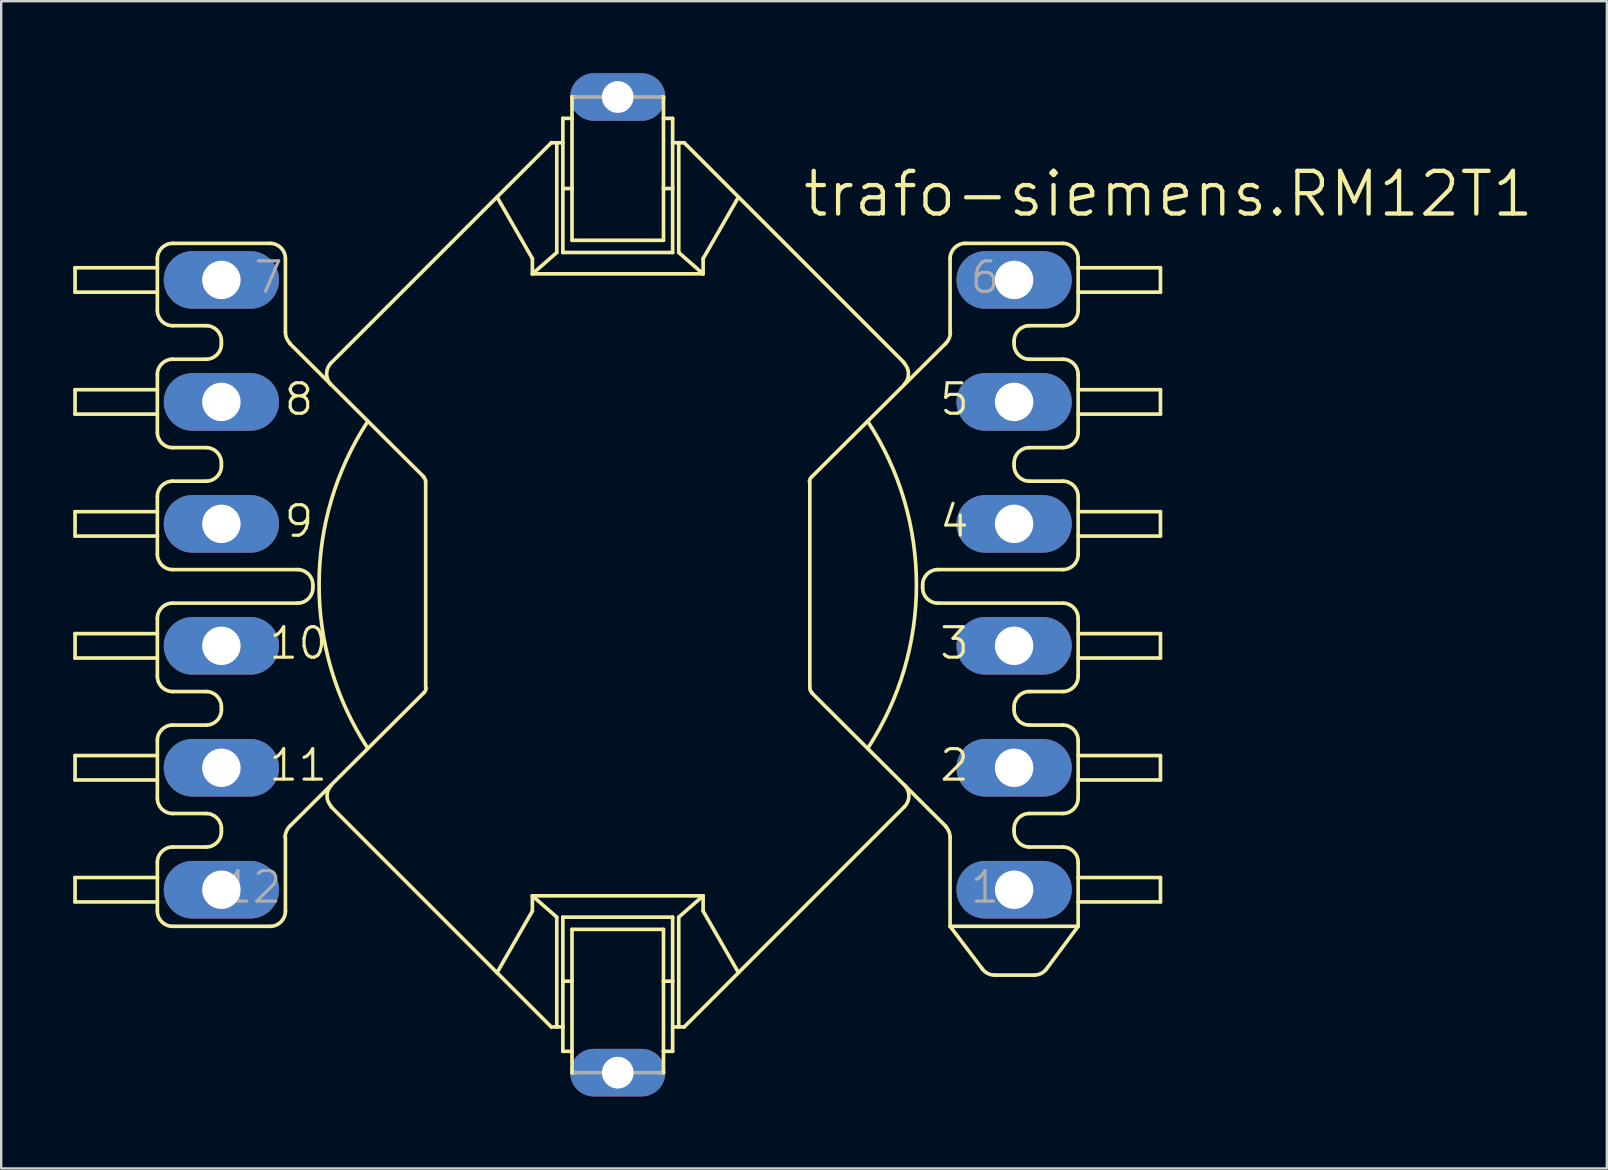
<source format=kicad_pcb>
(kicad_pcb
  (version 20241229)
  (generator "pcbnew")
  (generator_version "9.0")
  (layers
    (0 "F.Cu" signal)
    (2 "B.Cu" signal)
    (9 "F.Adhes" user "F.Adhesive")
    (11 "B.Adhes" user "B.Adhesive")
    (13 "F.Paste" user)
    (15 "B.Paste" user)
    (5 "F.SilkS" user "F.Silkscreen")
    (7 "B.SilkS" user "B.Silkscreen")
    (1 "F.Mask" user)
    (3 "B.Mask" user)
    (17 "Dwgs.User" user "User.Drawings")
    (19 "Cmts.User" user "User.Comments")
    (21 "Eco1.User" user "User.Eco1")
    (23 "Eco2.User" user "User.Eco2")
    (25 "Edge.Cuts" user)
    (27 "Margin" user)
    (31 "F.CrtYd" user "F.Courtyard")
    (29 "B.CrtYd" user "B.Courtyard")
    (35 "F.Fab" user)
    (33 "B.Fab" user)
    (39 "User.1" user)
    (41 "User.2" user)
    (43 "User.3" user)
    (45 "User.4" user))
  (footprint "trafo-siemens.RM12T1"
    (layer "F.Cu")
    (at 22.682 21.311)
    (property "Reference" "trafo-siemens.RM12T1" (at 7.62 -15.24 0) (layer "F.SilkS") (effects (font (size 1.778 1.778) (thickness 0.18)) (justify left bottom)))
    (attr through_hole)
    (fp_line (start -22.606 -13.208) (end -22.606 -12.192) (stroke (width 0.152) (type default)) (layer "F.SilkS"))
    (fp_line (start -22.606 -12.192) (end -19.177 -12.192) (stroke (width 0.152) (type default)) (layer "F.SilkS"))
    (fp_line (start -22.606 -8.128) (end -22.606 -7.112) (stroke (width 0.152) (type default)) (layer "F.SilkS"))
    (fp_line (start -22.606 -7.112) (end -19.177 -7.112) (stroke (width 0.152) (type default)) (layer "F.SilkS"))
    (fp_line (start -22.606 -3.048) (end -22.606 -2.032) (stroke (width 0.152) (type default)) (layer "F.SilkS"))
    (fp_line (start -22.606 -2.032) (end -19.177 -2.032) (stroke (width 0.152) (type default)) (layer "F.SilkS"))
    (fp_line (start -22.606 2.032) (end -22.606 3.048) (stroke (width 0.152) (type default)) (layer "F.SilkS"))
    (fp_line (start -22.606 3.048) (end -19.177 3.048) (stroke (width 0.152) (type default)) (layer "F.SilkS"))
    (fp_line (start -22.606 7.112) (end -22.606 8.128) (stroke (width 0.152) (type default)) (layer "F.SilkS"))
    (fp_line (start -22.606 8.128) (end -19.177 8.128) (stroke (width 0.152) (type default)) (layer "F.SilkS"))
    (fp_line (start -22.606 12.192) (end -22.606 13.208) (stroke (width 0.152) (type default)) (layer "F.SilkS"))
    (fp_line (start -22.606 13.208) (end -19.177 13.208) (stroke (width 0.152) (type default)) (layer "F.SilkS"))
    (fp_line (start -19.177 -13.208) (end -22.606 -13.208) (stroke (width 0.152) (type default)) (layer "F.SilkS"))
    (fp_line (start -19.177 -11.43) (end -19.177 -13.589) (stroke (width 0.152) (type default)) (layer "F.SilkS"))
    (fp_line (start -19.177 -8.128) (end -22.606 -8.128) (stroke (width 0.152) (type default)) (layer "F.SilkS"))
    (fp_line (start -19.177 -6.35) (end -19.177 -8.763) (stroke (width 0.152) (type default)) (layer "F.SilkS"))
    (fp_line (start -19.177 -3.048) (end -22.606 -3.048) (stroke (width 0.152) (type default)) (layer "F.SilkS"))
    (fp_line (start -19.177 -1.27) (end -19.177 -3.683) (stroke (width 0.152) (type default)) (layer "F.SilkS"))
    (fp_line (start -19.177 2.032) (end -22.606 2.032) (stroke (width 0.152) (type default)) (layer "F.SilkS"))
    (fp_line (start -19.177 3.81) (end -19.177 1.397) (stroke (width 0.152) (type default)) (layer "F.SilkS"))
    (fp_line (start -19.177 7.112) (end -22.606 7.112) (stroke (width 0.152) (type default)) (layer "F.SilkS"))
    (fp_line (start -19.177 8.89) (end -19.177 6.477) (stroke (width 0.152) (type default)) (layer "F.SilkS"))
    (fp_line (start -19.177 12.192) (end -22.606 12.192) (stroke (width 0.152) (type default)) (layer "F.SilkS"))
    (fp_line (start -19.177 12.192) (end -19.177 11.557) (stroke (width 0.152) (type default)) (layer "F.SilkS"))
    (fp_line (start -19.177 13.208) (end -19.177 12.192) (stroke (width 0.152) (type default)) (layer "F.SilkS"))
    (fp_line (start -19.177 13.589) (end -19.177 13.208) (stroke (width 0.152) (type default)) (layer "F.SilkS"))
    (fp_line (start -18.542 -9.398) (end -17.145 -9.398) (stroke (width 0.152) (type default)) (layer "F.SilkS"))
    (fp_line (start -18.542 -4.318) (end -17.145 -4.318) (stroke (width 0.152) (type default)) (layer "F.SilkS"))
    (fp_line (start -18.542 0.762) (end -13.335 0.762) (stroke (width 0.152) (type default)) (layer "F.SilkS"))
    (fp_line (start -18.542 5.842) (end -17.145 5.842) (stroke (width 0.152) (type default)) (layer "F.SilkS"))
    (fp_line (start -18.542 10.922) (end -17.145 10.922) (stroke (width 0.152) (type default)) (layer "F.SilkS"))
    (fp_line (start -17.145 -10.795) (end -18.542 -10.795) (stroke (width 0.152) (type default)) (layer "F.SilkS"))
    (fp_line (start -17.145 -5.715) (end -18.542 -5.715) (stroke (width 0.152) (type default)) (layer "F.SilkS"))
    (fp_line (start -17.145 4.445) (end -18.542 4.445) (stroke (width 0.152) (type default)) (layer "F.SilkS"))
    (fp_line (start -17.145 9.525) (end -18.542 9.525) (stroke (width 0.152) (type default)) (layer "F.SilkS"))
    (fp_line (start -16.51 -10.033) (end -16.51 -10.16) (stroke (width 0.152) (type default)) (layer "F.SilkS"))
    (fp_line (start -16.51 -4.953) (end -16.51 -5.08) (stroke (width 0.152) (type default)) (layer "F.SilkS"))
    (fp_line (start -16.51 5.207) (end -16.51 5.08) (stroke (width 0.152) (type default)) (layer "F.SilkS"))
    (fp_line (start -16.51 10.287) (end -16.51 10.16) (stroke (width 0.152) (type default)) (layer "F.SilkS"))
    (fp_line (start -14.478 -14.224) (end -18.542 -14.224) (stroke (width 0.152) (type default)) (layer "F.SilkS"))
    (fp_line (start -14.478 14.224) (end -18.542 14.224) (stroke (width 0.152) (type default)) (layer "F.SilkS"))
    (fp_line (start -13.843 -13.589) (end -13.843 -10.516) (stroke (width 0.152) (type default)) (layer "F.SilkS"))
    (fp_line (start -13.843 13.589) (end -13.843 10.516) (stroke (width 0.152) (type default)) (layer "F.SilkS"))
    (fp_line (start -13.665 -10.058) (end -8.077 -4.496) (stroke (width 0.152) (type default)) (layer "F.SilkS"))
    (fp_line (start -13.665 10.058) (end -8.077 4.496) (stroke (width 0.152) (type default)) (layer "F.SilkS"))
    (fp_line (start -13.335 -0.635) (end -18.542 -0.635) (stroke (width 0.152) (type default)) (layer "F.SilkS"))
    (fp_line (start -12.7 0.127) (end -12.7 0) (stroke (width 0.152) (type default)) (layer "F.SilkS"))
    (fp_line (start -11.938 -9.246) (end -2.769 -18.415) (stroke (width 0.152) (type default)) (layer "F.SilkS"))
    (fp_line (start -8.001 4.293) (end -8.001 -4.293) (stroke (width 0.152) (type default)) (layer "F.SilkS"))
    (fp_line (start -3.556 -13.589) (end -5.029 -16.154) (stroke (width 0.152) (type default)) (layer "F.SilkS"))
    (fp_line (start -3.556 -12.954) (end -3.556 -13.589) (stroke (width 0.152) (type default)) (layer "F.SilkS"))
    (fp_line (start -3.556 -12.954) (end 3.556 -12.954) (stroke (width 0.152) (type default)) (layer "F.SilkS"))
    (fp_line (start -3.556 12.954) (end -3.556 13.589) (stroke (width 0.152) (type default)) (layer "F.SilkS"))
    (fp_line (start -3.556 12.954) (end 3.556 12.954) (stroke (width 0.152) (type default)) (layer "F.SilkS"))
    (fp_line (start -3.556 13.589) (end -5.029 16.154) (stroke (width 0.152) (type default)) (layer "F.SilkS"))
    (fp_line (start -2.769 18.415) (end -11.938 9.246) (stroke (width 0.152) (type default)) (layer "F.SilkS"))
    (fp_line (start -2.54 -18.415) (end -2.54 -13.843) (stroke (width 0.152) (type default)) (layer "F.SilkS"))
    (fp_line (start -2.54 -13.843) (end -3.556 -12.954) (stroke (width 0.152) (type default)) (layer "F.SilkS"))
    (fp_line (start -2.54 13.843) (end -3.556 12.954) (stroke (width 0.152) (type default)) (layer "F.SilkS"))
    (fp_line (start -2.54 18.415) (end -2.54 13.843) (stroke (width 0.152) (type default)) (layer "F.SilkS"))
    (fp_line (start -2.286 -19.431) (end -1.905 -19.431) (stroke (width 0.152) (type default)) (layer "F.SilkS"))
    (fp_line (start -2.286 -18.415) (end -2.769 -18.415) (stroke (width 0.152) (type default)) (layer "F.SilkS"))
    (fp_line (start -2.286 -16.51) (end -2.286 -19.431) (stroke (width 0.152) (type default)) (layer "F.SilkS"))
    (fp_line (start -2.286 -16.51) (end -1.905 -16.51) (stroke (width 0.152) (type default)) (layer "F.SilkS"))
    (fp_line (start -2.286 -13.843) (end -2.286 -16.51) (stroke (width 0.152) (type default)) (layer "F.SilkS"))
    (fp_line (start -2.286 -13.843) (end 2.286 -13.843) (stroke (width 0.152) (type default)) (layer "F.SilkS"))
    (fp_line (start -2.286 13.843) (end -2.286 16.51) (stroke (width 0.152) (type default)) (layer "F.SilkS"))
    (fp_line (start -2.286 13.843) (end 2.286 13.843) (stroke (width 0.152) (type default)) (layer "F.SilkS"))
    (fp_line (start -2.286 16.51) (end -2.286 18.415) (stroke (width 0.152) (type default)) (layer "F.SilkS"))
    (fp_line (start -2.286 16.51) (end -1.905 16.51) (stroke (width 0.152) (type default)) (layer "F.SilkS"))
    (fp_line (start -2.286 18.415) (end -2.769 18.415) (stroke (width 0.152) (type default)) (layer "F.SilkS"))
    (fp_line (start -2.286 18.415) (end -2.286 19.431) (stroke (width 0.152) (type default)) (layer "F.SilkS"))
    (fp_line (start -2.286 19.431) (end -1.905 19.431) (stroke (width 0.152) (type default)) (layer "F.SilkS"))
    (fp_line (start -1.905 -20.32) (end -1.905 -19.431) (stroke (width 0.152) (type default)) (layer "F.SilkS"))
    (fp_line (start -1.905 -19.431) (end -1.905 -16.51) (stroke (width 0.152) (type default)) (layer "F.SilkS"))
    (fp_line (start -1.905 -16.51) (end -1.905 -14.351) (stroke (width 0.152) (type default)) (layer "F.SilkS"))
    (fp_line (start -1.905 -14.351) (end 1.905 -14.351) (stroke (width 0.152) (type default)) (layer "F.SilkS"))
    (fp_line (start -1.905 14.351) (end -1.905 16.51) (stroke (width 0.152) (type default)) (layer "F.SilkS"))
    (fp_line (start -1.905 16.51) (end -1.905 19.431) (stroke (width 0.152) (type default)) (layer "F.SilkS"))
    (fp_line (start -1.905 19.431) (end -1.905 20.32) (stroke (width 0.152) (type default)) (layer "F.SilkS"))
    (fp_line (start -1.905 20.32) (end -1.778 20.32) (stroke (width 0.152) (type default)) (layer "F.SilkS"))
    (fp_line (start -1.778 -20.32) (end -1.905 -20.32) (stroke (width 0.152) (type default)) (layer "F.SilkS"))
    (fp_line (start 1.778 20.32) (end 1.905 20.32) (stroke (width 0.152) (type default)) (layer "F.SilkS"))
    (fp_line (start 1.905 -20.32) (end 1.778 -20.32) (stroke (width 0.152) (type default)) (layer "F.SilkS"))
    (fp_line (start 1.905 -19.431) (end 1.905 -20.32) (stroke (width 0.152) (type default)) (layer "F.SilkS"))
    (fp_line (start 1.905 -16.51) (end 1.905 -19.431) (stroke (width 0.152) (type default)) (layer "F.SilkS"))
    (fp_line (start 1.905 -14.351) (end 1.905 -16.51) (stroke (width 0.152) (type default)) (layer "F.SilkS"))
    (fp_line (start 1.905 14.351) (end -1.905 14.351) (stroke (width 0.152) (type default)) (layer "F.SilkS"))
    (fp_line (start 1.905 16.51) (end 1.905 14.351) (stroke (width 0.152) (type default)) (layer "F.SilkS"))
    (fp_line (start 1.905 19.431) (end 1.905 16.51) (stroke (width 0.152) (type default)) (layer "F.SilkS"))
    (fp_line (start 1.905 20.32) (end 1.905 19.431) (stroke (width 0.152) (type default)) (layer "F.SilkS"))
    (fp_line (start 2.286 -19.431) (end 1.905 -19.431) (stroke (width 0.152) (type default)) (layer "F.SilkS"))
    (fp_line (start 2.286 -18.415) (end 2.286 -19.431) (stroke (width 0.152) (type default)) (layer "F.SilkS"))
    (fp_line (start 2.286 -18.415) (end 2.769 -18.415) (stroke (width 0.152) (type default)) (layer "F.SilkS"))
    (fp_line (start 2.286 -16.51) (end 1.905 -16.51) (stroke (width 0.152) (type default)) (layer "F.SilkS"))
    (fp_line (start 2.286 -16.51) (end 2.286 -18.415) (stroke (width 0.152) (type default)) (layer "F.SilkS"))
    (fp_line (start 2.286 -13.843) (end 2.286 -16.51) (stroke (width 0.152) (type default)) (layer "F.SilkS"))
    (fp_line (start 2.286 13.843) (end 2.286 16.51) (stroke (width 0.152) (type default)) (layer "F.SilkS"))
    (fp_line (start 2.286 16.51) (end 1.905 16.51) (stroke (width 0.152) (type default)) (layer "F.SilkS"))
    (fp_line (start 2.286 16.51) (end 2.286 18.415) (stroke (width 0.152) (type default)) (layer "F.SilkS"))
    (fp_line (start 2.286 18.415) (end 2.286 19.431) (stroke (width 0.152) (type default)) (layer "F.SilkS"))
    (fp_line (start 2.286 18.415) (end 2.769 18.415) (stroke (width 0.152) (type default)) (layer "F.SilkS"))
    (fp_line (start 2.286 19.431) (end 1.905 19.431) (stroke (width 0.152) (type default)) (layer "F.SilkS"))
    (fp_line (start 2.54 -13.843) (end 2.54 -18.415) (stroke (width 0.152) (type default)) (layer "F.SilkS"))
    (fp_line (start 2.54 -13.843) (end 3.556 -12.954) (stroke (width 0.152) (type default)) (layer "F.SilkS"))
    (fp_line (start 2.54 13.843) (end 2.54 18.415) (stroke (width 0.152) (type default)) (layer "F.SilkS"))
    (fp_line (start 2.54 13.843) (end 3.556 12.954) (stroke (width 0.152) (type default)) (layer "F.SilkS"))
    (fp_line (start 2.769 18.415) (end 11.938 9.246) (stroke (width 0.152) (type default)) (layer "F.SilkS"))
    (fp_line (start 3.556 -13.589) (end 5.029 -16.154) (stroke (width 0.152) (type default)) (layer "F.SilkS"))
    (fp_line (start 3.556 -12.954) (end 3.556 -13.589) (stroke (width 0.152) (type default)) (layer "F.SilkS"))
    (fp_line (start 3.556 12.954) (end 3.556 13.589) (stroke (width 0.152) (type default)) (layer "F.SilkS"))
    (fp_line (start 3.556 13.589) (end 5.029 16.154) (stroke (width 0.152) (type default)) (layer "F.SilkS"))
    (fp_line (start 8.001 4.293) (end 8.001 -4.293) (stroke (width 0.152) (type default)) (layer "F.SilkS"))
    (fp_line (start 8.077 -4.496) (end 13.665 -10.058) (stroke (width 0.152) (type default)) (layer "F.SilkS"))
    (fp_line (start 8.077 4.496) (end 13.665 10.058) (stroke (width 0.152) (type default)) (layer "F.SilkS"))
    (fp_line (start 11.938 -9.246) (end 2.769 -18.415) (stroke (width 0.152) (type default)) (layer "F.SilkS"))
    (fp_line (start 12.7 0.127) (end 12.7 0) (stroke (width 0.152) (type default)) (layer "F.SilkS"))
    (fp_line (start 13.335 -0.635) (end 18.542 -0.635) (stroke (width 0.152) (type default)) (layer "F.SilkS"))
    (fp_line (start 13.843 -13.589) (end 13.843 -10.516) (stroke (width 0.152) (type default)) (layer "F.SilkS"))
    (fp_line (start 13.843 14.224) (end 13.843 10.516) (stroke (width 0.152) (type default)) (layer "F.SilkS"))
    (fp_line (start 15.189 16.002) (end 13.843 14.224) (stroke (width 0.152) (type default)) (layer "F.SilkS"))
    (fp_line (start 16.51 -10.033) (end 16.51 -10.16) (stroke (width 0.152) (type default)) (layer "F.SilkS"))
    (fp_line (start 16.51 -4.953) (end 16.51 -5.08) (stroke (width 0.152) (type default)) (layer "F.SilkS"))
    (fp_line (start 16.51 5.207) (end 16.51 5.08) (stroke (width 0.152) (type default)) (layer "F.SilkS"))
    (fp_line (start 16.51 10.287) (end 16.51 10.16) (stroke (width 0.152) (type default)) (layer "F.SilkS"))
    (fp_line (start 17.145 -10.795) (end 18.542 -10.795) (stroke (width 0.152) (type default)) (layer "F.SilkS"))
    (fp_line (start 17.145 -5.715) (end 18.542 -5.715) (stroke (width 0.152) (type default)) (layer "F.SilkS"))
    (fp_line (start 17.145 4.445) (end 18.542 4.445) (stroke (width 0.152) (type default)) (layer "F.SilkS"))
    (fp_line (start 17.145 9.525) (end 18.542 9.525) (stroke (width 0.152) (type default)) (layer "F.SilkS"))
    (fp_line (start 17.348 16.256) (end 15.697 16.256) (stroke (width 0.152) (type default)) (layer "F.SilkS"))
    (fp_line (start 18.542 -14.224) (end 14.478 -14.224) (stroke (width 0.152) (type default)) (layer "F.SilkS"))
    (fp_line (start 18.542 -9.398) (end 17.145 -9.398) (stroke (width 0.152) (type default)) (layer "F.SilkS"))
    (fp_line (start 18.542 -4.318) (end 17.145 -4.318) (stroke (width 0.152) (type default)) (layer "F.SilkS"))
    (fp_line (start 18.542 0.762) (end 13.335 0.762) (stroke (width 0.152) (type default)) (layer "F.SilkS"))
    (fp_line (start 18.542 5.842) (end 17.145 5.842) (stroke (width 0.152) (type default)) (layer "F.SilkS"))
    (fp_line (start 18.542 10.922) (end 17.145 10.922) (stroke (width 0.152) (type default)) (layer "F.SilkS"))
    (fp_line (start 19.177 -13.208) (end 22.606 -13.208) (stroke (width 0.152) (type default)) (layer "F.SilkS"))
    (fp_line (start 19.177 -11.43) (end 19.177 -13.589) (stroke (width 0.152) (type default)) (layer "F.SilkS"))
    (fp_line (start 19.177 -8.128) (end 22.606 -8.128) (stroke (width 0.152) (type default)) (layer "F.SilkS"))
    (fp_line (start 19.177 -6.35) (end 19.177 -8.763) (stroke (width 0.152) (type default)) (layer "F.SilkS"))
    (fp_line (start 19.177 -3.048) (end 22.606 -3.048) (stroke (width 0.152) (type default)) (layer "F.SilkS"))
    (fp_line (start 19.177 -1.27) (end 19.177 -3.683) (stroke (width 0.152) (type default)) (layer "F.SilkS"))
    (fp_line (start 19.177 2.032) (end 22.606 2.032) (stroke (width 0.152) (type default)) (layer "F.SilkS"))
    (fp_line (start 19.177 3.81) (end 19.177 1.397) (stroke (width 0.152) (type default)) (layer "F.SilkS"))
    (fp_line (start 19.177 7.112) (end 22.606 7.112) (stroke (width 0.152) (type default)) (layer "F.SilkS"))
    (fp_line (start 19.177 8.89) (end 19.177 6.477) (stroke (width 0.152) (type default)) (layer "F.SilkS"))
    (fp_line (start 19.177 12.192) (end 19.177 11.557) (stroke (width 0.152) (type default)) (layer "F.SilkS"))
    (fp_line (start 19.177 12.192) (end 22.606 12.192) (stroke (width 0.152) (type default)) (layer "F.SilkS"))
    (fp_line (start 19.177 13.208) (end 19.177 12.192) (stroke (width 0.152) (type default)) (layer "F.SilkS"))
    (fp_line (start 19.177 14.224) (end 13.843 14.224) (stroke (width 0.152) (type default)) (layer "F.SilkS"))
    (fp_line (start 19.177 14.224) (end 17.856 16.002) (stroke (width 0.152) (type default)) (layer "F.SilkS"))
    (fp_line (start 19.177 14.224) (end 19.177 13.208) (stroke (width 0.152) (type default)) (layer "F.SilkS"))
    (fp_line (start 22.606 -13.208) (end 22.606 -12.192) (stroke (width 0.152) (type default)) (layer "F.SilkS"))
    (fp_line (start 22.606 -12.192) (end 19.177 -12.192) (stroke (width 0.152) (type default)) (layer "F.SilkS"))
    (fp_line (start 22.606 -8.128) (end 22.606 -7.112) (stroke (width 0.152) (type default)) (layer "F.SilkS"))
    (fp_line (start 22.606 -7.112) (end 19.177 -7.112) (stroke (width 0.152) (type default)) (layer "F.SilkS"))
    (fp_line (start 22.606 -3.048) (end 22.606 -2.032) (stroke (width 0.152) (type default)) (layer "F.SilkS"))
    (fp_line (start 22.606 -2.032) (end 19.177 -2.032) (stroke (width 0.152) (type default)) (layer "F.SilkS"))
    (fp_line (start 22.606 2.032) (end 22.606 3.048) (stroke (width 0.152) (type default)) (layer "F.SilkS"))
    (fp_line (start 22.606 3.048) (end 19.177 3.048) (stroke (width 0.152) (type default)) (layer "F.SilkS"))
    (fp_line (start 22.606 7.112) (end 22.606 8.128) (stroke (width 0.152) (type default)) (layer "F.SilkS"))
    (fp_line (start 22.606 8.128) (end 19.177 8.128) (stroke (width 0.152) (type default)) (layer "F.SilkS"))
    (fp_line (start 22.606 12.192) (end 22.606 13.208) (stroke (width 0.152) (type default)) (layer "F.SilkS"))
    (fp_line (start 22.606 13.208) (end 19.177 13.208) (stroke (width 0.152) (type default)) (layer "F.SilkS"))
    (fp_arc (start -19.177 -13.589) (mid -18.991013 -14.038013) (end -18.542 -14.224) (stroke (width 0.1524) (type default)) (layer "F.SilkS"))
    (fp_arc (start -19.177 -8.763) (mid -18.991013 -9.212013) (end -18.542 -9.398) (stroke (width 0.1524) (type default)) (layer "F.SilkS"))
    (fp_arc (start -19.177 -3.683) (mid -18.991013 -4.132013) (end -18.542 -4.318) (stroke (width 0.1524) (type default)) (layer "F.SilkS"))
    (fp_arc (start -19.177 1.397) (mid -18.991013 0.947987) (end -18.542 0.762) (stroke (width 0.1524) (type default)) (layer "F.SilkS"))
    (fp_arc (start -19.177 6.477) (mid -18.991013 6.027987) (end -18.542 5.842) (stroke (width 0.1524) (type default)) (layer "F.SilkS"))
    (fp_arc (start -19.177 11.557) (mid -18.991013 11.107987) (end -18.542 10.922) (stroke (width 0.1524) (type default)) (layer "F.SilkS"))
    (fp_arc (start -18.542 -10.795) (mid -18.991013 -10.980987) (end -19.177 -11.43) (stroke (width 0.1524) (type default)) (layer "F.SilkS"))
    (fp_arc (start -18.542 -5.715) (mid -18.991013 -5.900987) (end -19.177 -6.35) (stroke (width 0.1524) (type default)) (layer "F.SilkS"))
    (fp_arc (start -18.542 -0.635) (mid -18.991013 -0.820987) (end -19.177 -1.27) (stroke (width 0.1524) (type default)) (layer "F.SilkS"))
    (fp_arc (start -18.542 4.445) (mid -18.991013 4.259013) (end -19.177 3.81) (stroke (width 0.1524) (type default)) (layer "F.SilkS"))
    (fp_arc (start -18.542 9.525) (mid -18.991013 9.339013) (end -19.177 8.89) (stroke (width 0.1524) (type default)) (layer "F.SilkS"))
    (fp_arc (start -18.542 14.224) (mid -18.991013 14.038013) (end -19.177 13.589) (stroke (width 0.1524) (type default)) (layer "F.SilkS"))
    (fp_arc (start -17.145 -10.795) (mid -16.695987 -10.609013) (end -16.51 -10.16) (stroke (width 0.1524) (type default)) (layer "F.SilkS"))
    (fp_arc (start -17.145 -5.715) (mid -16.695987 -5.529013) (end -16.51 -5.08) (stroke (width 0.1524) (type default)) (layer "F.SilkS"))
    (fp_arc (start -17.145 4.445) (mid -16.695987 4.630987) (end -16.51 5.08) (stroke (width 0.1524) (type default)) (layer "F.SilkS"))
    (fp_arc (start -17.145 9.525) (mid -16.695987 9.710987) (end -16.51 10.16) (stroke (width 0.1524) (type default)) (layer "F.SilkS"))
    (fp_arc (start -16.51 -10.033) (mid -16.695987 -9.583987) (end -17.145 -9.398) (stroke (width 0.1524) (type default)) (layer "F.SilkS"))
    (fp_arc (start -16.51 -4.953) (mid -16.695987 -4.503987) (end -17.145 -4.318) (stroke (width 0.1524) (type default)) (layer "F.SilkS"))
    (fp_arc (start -16.51 5.207) (mid -16.695987 5.656013) (end -17.145 5.842) (stroke (width 0.1524) (type default)) (layer "F.SilkS"))
    (fp_arc (start -16.51 10.287) (mid -16.695987 10.736013) (end -17.145 10.922) (stroke (width 0.1524) (type default)) (layer "F.SilkS"))
    (fp_arc (start -14.478 -14.224) (mid -14.028987 -14.038013) (end -13.843 -13.589) (stroke (width 0.1524) (type default)) (layer "F.SilkS"))
    (fp_arc (start -13.8546 10.5156) (mid -13.805371 10.268163) (end -13.6652 10.0584) (stroke (width 0.1524) (type default)) (layer "F.SilkS"))
    (fp_arc (start -13.843 13.589) (mid -14.028987 14.038013) (end -14.478 14.224) (stroke (width 0.1524) (type default)) (layer "F.SilkS"))
    (fp_arc (start -13.657 -10.0666) (mid -13.794655 -10.272601) (end -13.843 -10.5156) (stroke (width 0.1524) (type default)) (layer "F.SilkS"))
    (fp_arc (start -13.335 -0.635) (mid -12.885987 -0.449013) (end -12.7 0) (stroke (width 0.1524) (type default)) (layer "F.SilkS"))
    (fp_arc (start -12.7 0.127) (mid -12.885987 0.576013) (end -13.335 0.762) (stroke (width 0.1524) (type default)) (layer "F.SilkS"))
    (fp_arc (start -11.9509 -8.3444) (mid -12.127338 -8.797618) (end -11.938 -9.2456) (stroke (width 0.1524) (type default)) (layer "F.SilkS"))
    (fp_arc (start -11.9254 9.233) (mid -12.109553 8.797357) (end -11.938 8.3566) (stroke (width 0.1524) (type default)) (layer "F.SilkS"))
    (fp_arc (start -10.414 6.8072) (mid -12.441438 0) (end -10.414 -6.8072) (stroke (width 0.1524) (type default)) (layer "F.SilkS"))
    (fp_arc (start -8.0877 -4.4838) (mid -8.023672 -4.397577) (end -8.001 -4.2926) (stroke (width 0.1524) (type default)) (layer "F.SilkS"))
    (fp_arc (start -7.985 4.2926) (mid -8.009127 4.40417) (end -8.0772 4.4958) (stroke (width 0.1524) (type default)) (layer "F.SilkS"))
    (fp_arc (start 7.985 -4.2926) (mid 8.009127 -4.40417) (end 8.0772 -4.4958) (stroke (width 0.1524) (type default)) (layer "F.SilkS"))
    (fp_arc (start 8.0877 4.4838) (mid 8.023672 4.397577) (end 8.001 4.2926) (stroke (width 0.1524) (type default)) (layer "F.SilkS"))
    (fp_arc (start 10.414 -6.8072) (mid 12.441438 0) (end 10.414 6.8072) (stroke (width 0.1524) (type default)) (layer "F.SilkS"))
    (fp_arc (start 11.9255 -9.2331) (mid 12.109694 -8.797357) (end 11.9381 -8.3565) (stroke (width 0.1524) (type default)) (layer "F.SilkS"))
    (fp_arc (start 11.9509 8.3444) (mid 12.127338 8.797618) (end 11.938 9.2456) (stroke (width 0.1524) (type default)) (layer "F.SilkS"))
    (fp_arc (start 12.7 0) (mid 12.885987 -0.449013) (end 13.335 -0.635) (stroke (width 0.1524) (type default)) (layer "F.SilkS"))
    (fp_arc (start 13.335 0.762) (mid 12.885987 0.576013) (end 12.7 0.127) (stroke (width 0.1524) (type default)) (layer "F.SilkS"))
    (fp_arc (start 13.657 10.0666) (mid 13.794655 10.272601) (end 13.843 10.5156) (stroke (width 0.1524) (type default)) (layer "F.SilkS"))
    (fp_arc (start 13.843 -13.589) (mid 14.028987 -14.038013) (end 14.478 -14.224) (stroke (width 0.1524) (type default)) (layer "F.SilkS"))
    (fp_arc (start 13.8546 -10.5156) (mid 13.805371 -10.268163) (end 13.6652 -10.0584) (stroke (width 0.1524) (type default)) (layer "F.SilkS"))
    (fp_arc (start 15.6972 16.256) (mid 15.413219 16.188961) (end 15.1892 16.002) (stroke (width 0.1524) (type default)) (layer "F.SilkS"))
    (fp_arc (start 16.51 -10.16) (mid 16.695987 -10.609013) (end 17.145 -10.795) (stroke (width 0.1524) (type default)) (layer "F.SilkS"))
    (fp_arc (start 16.51 -5.08) (mid 16.695987 -5.529013) (end 17.145 -5.715) (stroke (width 0.1524) (type default)) (layer "F.SilkS"))
    (fp_arc (start 16.51 5.08) (mid 16.695987 4.630987) (end 17.145 4.445) (stroke (width 0.1524) (type default)) (layer "F.SilkS"))
    (fp_arc (start 16.51 10.16) (mid 16.695987 9.710987) (end 17.145 9.525) (stroke (width 0.1524) (type default)) (layer "F.SilkS"))
    (fp_arc (start 17.145 -9.398) (mid 16.695987 -9.583987) (end 16.51 -10.033) (stroke (width 0.1524) (type default)) (layer "F.SilkS"))
    (fp_arc (start 17.145 -4.318) (mid 16.695987 -4.503987) (end 16.51 -4.953) (stroke (width 0.1524) (type default)) (layer "F.SilkS"))
    (fp_arc (start 17.145 5.842) (mid 16.695987 5.656013) (end 16.51 5.207) (stroke (width 0.1524) (type default)) (layer "F.SilkS"))
    (fp_arc (start 17.145 10.922) (mid 16.695987 10.736013) (end 16.51 10.287) (stroke (width 0.1524) (type default)) (layer "F.SilkS"))
    (fp_arc (start 17.8562 16.002) (mid 17.632181 16.188961) (end 17.3482 16.256) (stroke (width 0.1524) (type default)) (layer "F.SilkS"))
    (fp_arc (start 18.542 -14.224) (mid 18.991013 -14.038013) (end 19.177 -13.589) (stroke (width 0.1524) (type default)) (layer "F.SilkS"))
    (fp_arc (start 18.542 -9.398) (mid 18.991013 -9.212013) (end 19.177 -8.763) (stroke (width 0.1524) (type default)) (layer "F.SilkS"))
    (fp_arc (start 18.542 -4.318) (mid 18.991013 -4.132013) (end 19.177 -3.683) (stroke (width 0.1524) (type default)) (layer "F.SilkS"))
    (fp_arc (start 18.542 0.762) (mid 18.991013 0.947987) (end 19.177 1.397) (stroke (width 0.1524) (type default)) (layer "F.SilkS"))
    (fp_arc (start 18.542 5.842) (mid 18.991013 6.027987) (end 19.177 6.477) (stroke (width 0.1524) (type default)) (layer "F.SilkS"))
    (fp_arc (start 18.542 10.922) (mid 18.991013 11.107987) (end 19.177 11.557) (stroke (width 0.1524) (type default)) (layer "F.SilkS"))
    (fp_arc (start 19.177 -11.43) (mid 18.991013 -10.980987) (end 18.542 -10.795) (stroke (width 0.1524) (type default)) (layer "F.SilkS"))
    (fp_arc (start 19.177 -6.35) (mid 18.991013 -5.900987) (end 18.542 -5.715) (stroke (width 0.1524) (type default)) (layer "F.SilkS"))
    (fp_arc (start 19.177 -1.27) (mid 18.991013 -0.820987) (end 18.542 -0.635) (stroke (width 0.1524) (type default)) (layer "F.SilkS"))
    (fp_arc (start 19.177 3.81) (mid 18.991013 4.259013) (end 18.542 4.445) (stroke (width 0.1524) (type default)) (layer "F.SilkS"))
    (fp_arc (start 19.177 8.89) (mid 18.991013 9.339013) (end 18.542 9.525) (stroke (width 0.1524) (type default)) (layer "F.SilkS"))
    (fp_line (start -1.778 20.32) (end 1.778 20.32) (stroke (width 0.152) (type default)) (layer "F.Fab"))
    (fp_line (start 1.778 -20.32) (end -1.778 -20.32) (stroke (width 0.152) (type default)) (layer "F.Fab"))
    (fp_text user "11" (at -14.605 8.255 0) (layer "F.SilkS") (effects (font (size 1.27 1.27) (thickness 0.13)) (justify left bottom)))
    (fp_text user "2" (at 13.335 8.255 0) (layer "F.SilkS") (effects (font (size 1.27 1.27) (thickness 0.13)) (justify left bottom)))
    (fp_text user "10" (at -14.605 3.175 0) (layer "F.SilkS") (effects (font (size 1.27 1.27) (thickness 0.13)) (justify left bottom)))
    (fp_text user "8" (at -13.97 -6.985 0) (layer "F.SilkS") (effects (font (size 1.27 1.27) (thickness 0.13)) (justify left bottom)))
    (fp_text user "5" (at 13.335 -6.985 0) (layer "F.SilkS") (effects (font (size 1.27 1.27) (thickness 0.13)) (justify left bottom)))
    (fp_text user "3" (at 13.335 3.175 0) (layer "F.SilkS") (effects (font (size 1.27 1.27) (thickness 0.13)) (justify left bottom)))
    (fp_text user "4" (at 13.335 -1.905 0) (layer "F.SilkS") (effects (font (size 1.27 1.27) (thickness 0.13)) (justify left bottom)))
    (fp_text user "9" (at -13.97 -1.905 0) (layer "F.SilkS") (effects (font (size 1.27 1.27) (thickness 0.13)) (justify left bottom)))
    (fp_text user "6" (at 14.605 -12.065 0) (layer "F.Fab") (effects (font (size 1.27 1.27) (thickness 0.13)) (justify left bottom)))
    (fp_text user "7" (at -15.24 -12.065 0) (layer "F.Fab") (effects (font (size 1.27 1.27) (thickness 0.13)) (justify left bottom)))
    (fp_text user "12" (at -16.51 13.335 0) (layer "F.Fab") (effects (font (size 1.27 1.27) (thickness 0.13)) (justify left bottom)))
    (fp_text user "1" (at 14.605 13.335 0) (layer "F.Fab") (effects (font (size 1.27 1.27) (thickness 0.13)) (justify left bottom)))
    (pad "1" thru_hole oval (at 16.51 12.7) (size 4.801 2.4) (drill 1.6) (layers "*.Cu" "*.Mask"))
    (pad "2" thru_hole oval (at 16.51 7.62) (size 4.801 2.4) (drill 1.6) (layers "*.Cu" "*.Mask"))
    (pad "3" thru_hole oval (at 16.51 2.54) (size 4.801 2.4) (drill 1.6) (layers "*.Cu" "*.Mask"))
    (pad "4" thru_hole oval (at 16.51 -2.54) (size 4.801 2.4) (drill 1.6) (layers "*.Cu" "*.Mask"))
    (pad "5" thru_hole oval (at 16.51 -7.62) (size 4.801 2.4) (drill 1.6) (layers "*.Cu" "*.Mask"))
    (pad "6" thru_hole oval (at 16.51 -12.7) (size 4.801 2.4) (drill 1.6) (layers "*.Cu" "*.Mask"))
    (pad "7" thru_hole oval (at -16.51 -12.7) (size 4.801 2.4) (drill 1.6) (layers "*.Cu" "*.Mask"))
    (pad "8" thru_hole oval (at -16.51 -7.62) (size 4.801 2.4) (drill 1.6) (layers "*.Cu" "*.Mask"))
    (pad "9" thru_hole oval (at -16.51 -2.54) (size 4.801 2.4) (drill 1.6) (layers "*.Cu" "*.Mask"))
    (pad "10" thru_hole oval (at -16.51 2.54) (size 4.801 2.4) (drill 1.6) (layers "*.Cu" "*.Mask"))
    (pad "11" thru_hole oval (at -16.51 7.62) (size 4.801 2.4) (drill 1.6) (layers "*.Cu" "*.Mask"))
    (pad "12" thru_hole oval (at -16.51 12.7) (size 4.801 2.4) (drill 1.6) (layers "*.Cu" "*.Mask"))
    (pad "M" thru_hole oval (at 0 -20.32) (size 3.962 1.981) (drill 1.321) (layers "*.Cu" "*.Mask"))
    (pad "M@" thru_hole oval (at 0 20.32) (size 3.962 1.981) (drill 1.321) (layers "*.Cu" "*.Mask")))
  (gr_rect
    (start -3 -3)
    (end 63.882 45.621)
    (stroke (width 0.1) (type default))
    (fill no)
    (layer "Edge.Cuts")))
</source>
